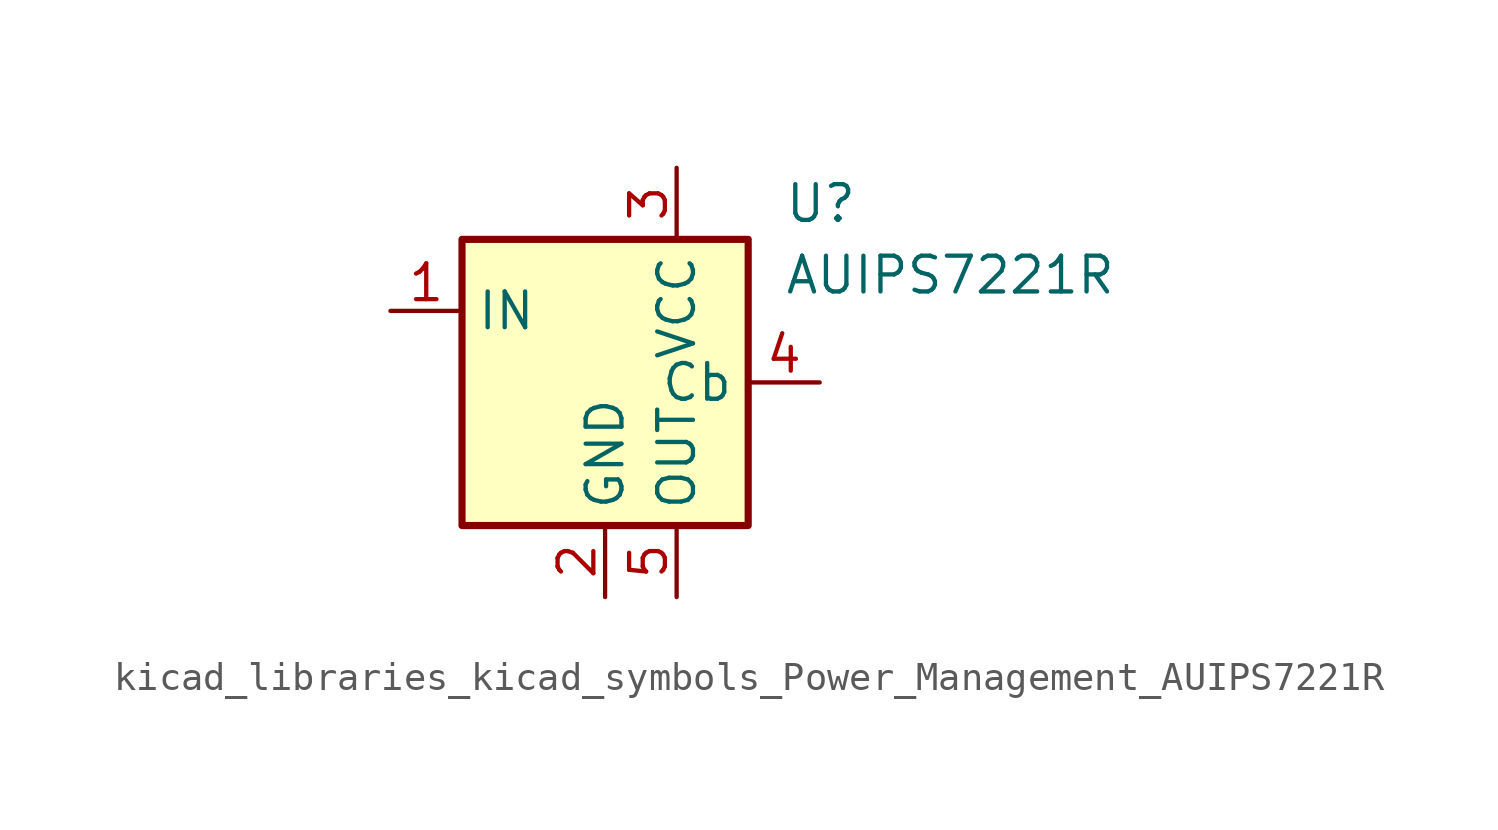
<source format=kicad_sym>
(kicad_symbol_lib
  (version 20220914)
  (generator kicad_symbol_editor)
  (symbol "kicad_libraries_kicad_symbols_Power_Management_AUIPS7221R"
    (property "Reference" "U"
      (at 3.81 6.35 0)
      (effects (font (size 1.27 1.27)) (justify left)))
    (property "Value" "AUIPS7221R"
      (at 3.81 3.81 0)
      (effects (font (size 1.27 1.27)) (justify left)))
    (symbol "kicad_libraries_kicad_symbols_Power_Management_AUIPS7221R_0_1"
      (rectangle (start -7.62 5.08) (end 2.54 -5.08) (stroke (width 0.254) (type default)) (fill (type background))))
    (symbol "kicad_libraries_kicad_symbols_Power_Management_AUIPS7221R_1_1"
      (pin input line (at -10.16 2.54 0) (length 2.54) (name "IN" (effects (font (size 1.27 1.27)))) (number "1" (effects (font (size 1.27 1.27)))))
      (pin power_in line (at -2.54 -7.62 90) (length 2.54) (name "GND" (effects (font (size 1.27 1.27)))) (number "2" (effects (font (size 1.27 1.27)))))
      (pin power_in line (at 0 7.62 270) (length 2.54) (name "VCC" (effects (font (size 1.27 1.27)))) (number "3" (effects (font (size 1.27 1.27)))))
      (pin passive line (at 5.08 0 180) (length 2.54) (name "Cb" (effects (font (size 1.27 1.27)))) (number "4" (effects (font (size 1.27 1.27)))))
      (pin power_out line (at 0 -7.62 90) (length 2.54) (name "OUT" (effects (font (size 1.27 1.27)))) (number "5" (effects (font (size 1.27 1.27))))))))
</source>
